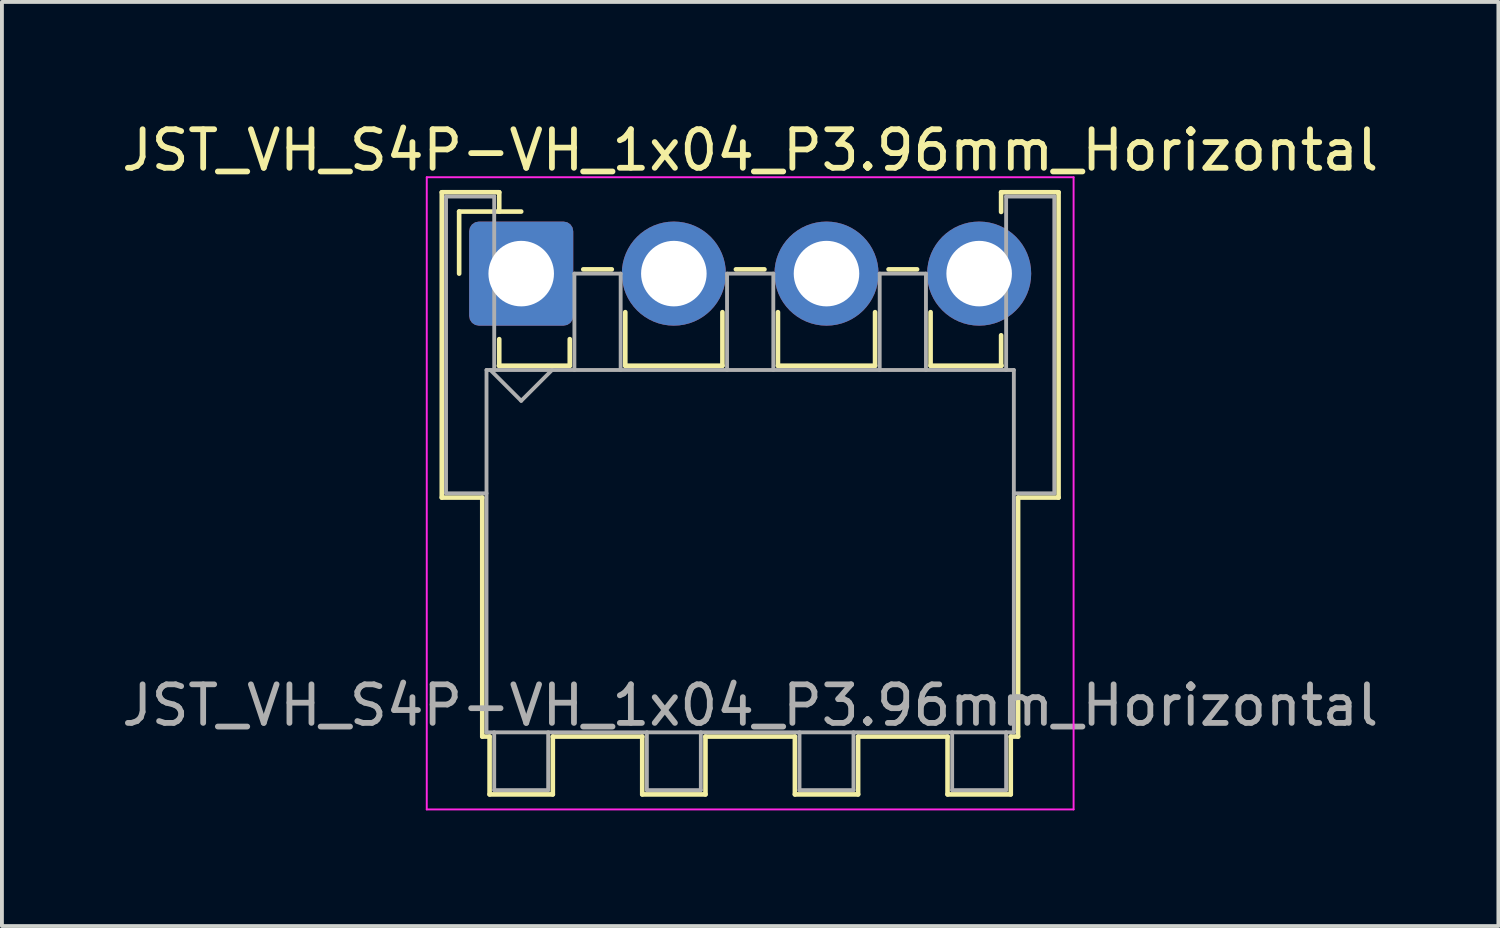
<source format=kicad_pcb>
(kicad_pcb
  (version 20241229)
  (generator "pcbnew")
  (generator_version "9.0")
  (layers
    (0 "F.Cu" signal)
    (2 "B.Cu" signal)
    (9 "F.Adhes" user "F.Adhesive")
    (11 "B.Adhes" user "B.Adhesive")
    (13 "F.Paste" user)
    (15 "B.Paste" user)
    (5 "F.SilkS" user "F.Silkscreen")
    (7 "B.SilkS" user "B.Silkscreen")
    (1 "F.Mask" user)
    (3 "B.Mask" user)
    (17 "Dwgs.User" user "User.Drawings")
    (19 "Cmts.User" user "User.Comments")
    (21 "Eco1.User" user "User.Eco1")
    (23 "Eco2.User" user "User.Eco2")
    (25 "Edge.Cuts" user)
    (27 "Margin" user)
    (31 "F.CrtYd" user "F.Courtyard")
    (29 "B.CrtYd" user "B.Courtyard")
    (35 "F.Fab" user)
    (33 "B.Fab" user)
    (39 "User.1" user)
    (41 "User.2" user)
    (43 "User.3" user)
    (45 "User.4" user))
  (footprint "JST_VH_S4P-VH_1x04_P3.96mm_Horizontal"
    (layer "F.Cu")
    (at 10.471 4.048)
    (property "Reference" "JST_VH_S4P-VH_1x04_P3.96mm_Horizontal" (at 5.94 -3.2 0) (layer "F.SilkS") (effects (font (size 1 1) (thickness 0.15))))
    (attr through_hole)
    (fp_line (start -2.06 -2.11) (end -0.57 -2.11) (stroke (width 0.12) (type solid)) (layer "F.SilkS"))
    (fp_line (start -2.06 5.81) (end -2.06 -2.11) (stroke (width 0.12) (type solid)) (layer "F.SilkS"))
    (fp_line (start -1.61 -1.61) (end -1.61 0) (stroke (width 0.12) (type solid)) (layer "F.SilkS"))
    (fp_line (start -1.01 5.81) (end -2.06 5.81) (stroke (width 0.12) (type solid)) (layer "F.SilkS"))
    (fp_line (start -1.01 5.81) (end -1.01 12.01) (stroke (width 0.12) (type solid)) (layer "F.SilkS"))
    (fp_line (start -1.01 12.01) (end -0.82 12.01) (stroke (width 0.12) (type solid)) (layer "F.SilkS"))
    (fp_line (start -0.82 12.01) (end -0.82 13.51) (stroke (width 0.12) (type solid)) (layer "F.SilkS"))
    (fp_line (start -0.82 13.51) (end 0.82 13.51) (stroke (width 0.12) (type solid)) (layer "F.SilkS"))
    (fp_line (start -0.58 2.39) (end 1.26 2.39) (stroke (width 0.12) (type solid)) (layer "F.SilkS"))
    (fp_line (start -0.57 -2.11) (end -0.57 -1.61) (stroke (width 0.12) (type solid)) (layer "F.SilkS"))
    (fp_line (start -0.57 1.7) (end -0.57 2.39) (stroke (width 0.12) (type solid)) (layer "F.SilkS"))
    (fp_line (start 0 -1.61) (end -1.61 -1.61) (stroke (width 0.12) (type solid)) (layer "F.SilkS"))
    (fp_line (start 0.82 12.01) (end 3.14 12.01) (stroke (width 0.12) (type solid)) (layer "F.SilkS"))
    (fp_line (start 0.82 13.51) (end 0.82 12.01) (stroke (width 0.12) (type solid)) (layer "F.SilkS"))
    (fp_line (start 1.26 2.39) (end 1.26 1.7) (stroke (width 0.12) (type solid)) (layer "F.SilkS"))
    (fp_line (start 1.61 -0.11) (end 2.35 -0.11) (stroke (width 0.12) (type solid)) (layer "F.SilkS"))
    (fp_line (start 2.7 1) (end 2.7 2.39) (stroke (width 0.12) (type solid)) (layer "F.SilkS"))
    (fp_line (start 2.7 2.39) (end 5.22 2.39) (stroke (width 0.12) (type solid)) (layer "F.SilkS"))
    (fp_line (start 3.14 12.01) (end 3.14 13.51) (stroke (width 0.12) (type solid)) (layer "F.SilkS"))
    (fp_line (start 3.14 13.51) (end 4.78 13.51) (stroke (width 0.12) (type solid)) (layer "F.SilkS"))
    (fp_line (start 4.78 12.01) (end 7.1 12.01) (stroke (width 0.12) (type solid)) (layer "F.SilkS"))
    (fp_line (start 4.78 13.51) (end 4.78 12.01) (stroke (width 0.12) (type solid)) (layer "F.SilkS"))
    (fp_line (start 5.22 2.39) (end 5.22 1) (stroke (width 0.12) (type solid)) (layer "F.SilkS"))
    (fp_line (start 5.57 -0.11) (end 6.31 -0.11) (stroke (width 0.12) (type solid)) (layer "F.SilkS"))
    (fp_line (start 6.66 1) (end 6.66 2.39) (stroke (width 0.12) (type solid)) (layer "F.SilkS"))
    (fp_line (start 6.66 2.39) (end 9.18 2.39) (stroke (width 0.12) (type solid)) (layer "F.SilkS"))
    (fp_line (start 7.1 12.01) (end 7.1 13.51) (stroke (width 0.12) (type solid)) (layer "F.SilkS"))
    (fp_line (start 7.1 13.51) (end 8.74 13.51) (stroke (width 0.12) (type solid)) (layer "F.SilkS"))
    (fp_line (start 8.74 12.01) (end 11.06 12.01) (stroke (width 0.12) (type solid)) (layer "F.SilkS"))
    (fp_line (start 8.74 13.51) (end 8.74 12.01) (stroke (width 0.12) (type solid)) (layer "F.SilkS"))
    (fp_line (start 9.18 2.39) (end 9.18 1) (stroke (width 0.12) (type solid)) (layer "F.SilkS"))
    (fp_line (start 9.53 -0.11) (end 10.27 -0.11) (stroke (width 0.12) (type solid)) (layer "F.SilkS"))
    (fp_line (start 10.62 1) (end 10.62 2.39) (stroke (width 0.12) (type solid)) (layer "F.SilkS"))
    (fp_line (start 10.62 2.39) (end 12.46 2.39) (stroke (width 0.12) (type solid)) (layer "F.SilkS"))
    (fp_line (start 11.06 12.01) (end 11.06 13.51) (stroke (width 0.12) (type solid)) (layer "F.SilkS"))
    (fp_line (start 11.06 13.51) (end 12.7 13.51) (stroke (width 0.12) (type solid)) (layer "F.SilkS"))
    (fp_line (start 12.45 -2.11) (end 13.94 -2.11) (stroke (width 0.12) (type solid)) (layer "F.SilkS"))
    (fp_line (start 12.45 -1.6) (end 12.45 -2.11) (stroke (width 0.12) (type solid)) (layer "F.SilkS"))
    (fp_line (start 12.45 2.39) (end 12.45 1.6) (stroke (width 0.12) (type solid)) (layer "F.SilkS"))
    (fp_line (start 12.7 12.01) (end 12.89 12.01) (stroke (width 0.12) (type solid)) (layer "F.SilkS"))
    (fp_line (start 12.7 13.51) (end 12.7 12.01) (stroke (width 0.12) (type solid)) (layer "F.SilkS"))
    (fp_line (start 12.89 12.01) (end 12.89 5.81) (stroke (width 0.12) (type solid)) (layer "F.SilkS"))
    (fp_line (start 13.94 -2.11) (end 13.94 5.81) (stroke (width 0.12) (type solid)) (layer "F.SilkS"))
    (fp_line (start 13.94 5.81) (end 12.89 5.81) (stroke (width 0.12) (type solid)) (layer "F.SilkS"))
    (fp_line (start -2.45 -2.5) (end -2.45 13.9) (stroke (width 0.05) (type solid)) (layer "F.CrtYd"))
    (fp_line (start -2.45 13.9) (end 14.33 13.9) (stroke (width 0.05) (type solid)) (layer "F.CrtYd"))
    (fp_line (start 14.33 -2.5) (end -2.45 -2.5) (stroke (width 0.05) (type solid)) (layer "F.CrtYd"))
    (fp_line (start 14.33 13.9) (end 14.33 -2.5) (stroke (width 0.05) (type solid)) (layer "F.CrtYd"))
    (fp_line (start -1.95 -2) (end -0.7 -2) (stroke (width 0.1) (type solid)) (layer "F.Fab"))
    (fp_line (start -1.95 5.7) (end -1.95 -2) (stroke (width 0.1) (type solid)) (layer "F.Fab"))
    (fp_line (start -0.9 2.5) (end -0.9 11.9) (stroke (width 0.1) (type solid)) (layer "F.Fab"))
    (fp_line (start -0.9 5.7) (end -1.95 5.7) (stroke (width 0.1) (type solid)) (layer "F.Fab"))
    (fp_line (start -0.9 11.9) (end 12.78 11.9) (stroke (width 0.1) (type solid)) (layer "F.Fab"))
    (fp_line (start -0.8 2.5) (end 0 3.3) (stroke (width 0.1) (type solid)) (layer "F.Fab"))
    (fp_line (start -0.7 -2) (end -0.7 2.5) (stroke (width 0.1) (type solid)) (layer "F.Fab"))
    (fp_line (start -0.7 11.9) (end -0.7 13.4) (stroke (width 0.1) (type solid)) (layer "F.Fab"))
    (fp_line (start -0.7 13.4) (end 0.7 13.4) (stroke (width 0.1) (type solid)) (layer "F.Fab"))
    (fp_line (start 0 3.3) (end 0.8 2.5) (stroke (width 0.1) (type solid)) (layer "F.Fab"))
    (fp_line (start 0.7 13.4) (end 0.7 11.9) (stroke (width 0.1) (type solid)) (layer "F.Fab"))
    (fp_line (start 1.38 0) (end 2.58 0) (stroke (width 0.1) (type solid)) (layer "F.Fab"))
    (fp_line (start 1.38 2.5) (end 1.38 0) (stroke (width 0.1) (type solid)) (layer "F.Fab"))
    (fp_line (start 2.58 0) (end 2.58 2.5) (stroke (width 0.1) (type solid)) (layer "F.Fab"))
    (fp_line (start 3.26 11.9) (end 3.26 13.4) (stroke (width 0.1) (type solid)) (layer "F.Fab"))
    (fp_line (start 3.26 13.4) (end 4.66 13.4) (stroke (width 0.1) (type solid)) (layer "F.Fab"))
    (fp_line (start 4.66 13.4) (end 4.66 11.9) (stroke (width 0.1) (type solid)) (layer "F.Fab"))
    (fp_line (start 5.34 0) (end 6.54 0) (stroke (width 0.1) (type solid)) (layer "F.Fab"))
    (fp_line (start 5.34 2.5) (end 5.34 0) (stroke (width 0.1) (type solid)) (layer "F.Fab"))
    (fp_line (start 6.54 0) (end 6.54 2.5) (stroke (width 0.1) (type solid)) (layer "F.Fab"))
    (fp_line (start 7.22 11.9) (end 7.22 13.4) (stroke (width 0.1) (type solid)) (layer "F.Fab"))
    (fp_line (start 7.22 13.4) (end 8.62 13.4) (stroke (width 0.1) (type solid)) (layer "F.Fab"))
    (fp_line (start 8.62 13.4) (end 8.62 11.9) (stroke (width 0.1) (type solid)) (layer "F.Fab"))
    (fp_line (start 9.3 0) (end 10.5 0) (stroke (width 0.1) (type solid)) (layer "F.Fab"))
    (fp_line (start 9.3 2.5) (end 9.3 0) (stroke (width 0.1) (type solid)) (layer "F.Fab"))
    (fp_line (start 10.5 0) (end 10.5 2.5) (stroke (width 0.1) (type solid)) (layer "F.Fab"))
    (fp_line (start 11.18 11.9) (end 11.18 13.4) (stroke (width 0.1) (type solid)) (layer "F.Fab"))
    (fp_line (start 11.18 13.4) (end 12.58 13.4) (stroke (width 0.1) (type solid)) (layer "F.Fab"))
    (fp_line (start 12.58 -2) (end 13.83 -2) (stroke (width 0.1) (type solid)) (layer "F.Fab"))
    (fp_line (start 12.58 2.5) (end 12.58 -2) (stroke (width 0.1) (type solid)) (layer "F.Fab"))
    (fp_line (start 12.58 13.4) (end 12.58 11.9) (stroke (width 0.1) (type solid)) (layer "F.Fab"))
    (fp_line (start 12.78 2.5) (end -0.9 2.5) (stroke (width 0.1) (type solid)) (layer "F.Fab"))
    (fp_line (start 12.78 11.9) (end 12.78 2.5) (stroke (width 0.1) (type solid)) (layer "F.Fab"))
    (fp_line (start 13.83 -2) (end 13.83 5.7) (stroke (width 0.1) (type solid)) (layer "F.Fab"))
    (fp_line (start 13.83 5.7) (end 12.78 5.7) (stroke (width 0.1) (type solid)) (layer "F.Fab"))
    (fp_text user "${REFERENCE}" (at 5.94 11.2 0) (layer "F.Fab") (effects (font (size 1 1) (thickness 0.15))))
    (pad "1" thru_hole roundrect (at 0 0) (size 2.7 2.7) (drill 1.7) (layers "*.Cu" "*.Mask") (roundrect_rratio 0.093))
    (pad "2" thru_hole circle (at 3.96 0) (size 2.7 2.7) (drill 1.7) (layers "*.Cu" "*.Mask"))
    (pad "3" thru_hole circle (at 7.92 0) (size 2.7 2.7) (drill 1.7) (layers "*.Cu" "*.Mask"))
    (pad "4" thru_hole circle (at 11.88 0) (size 2.7 2.7) (drill 1.7) (layers "*.Cu" "*.Mask")))
  (gr_rect
    (start -3 -3)
    (end 35.821 20.973)
    (stroke (width 0.1) (type default))
    (fill no)
    (layer "Edge.Cuts")))
</source>
